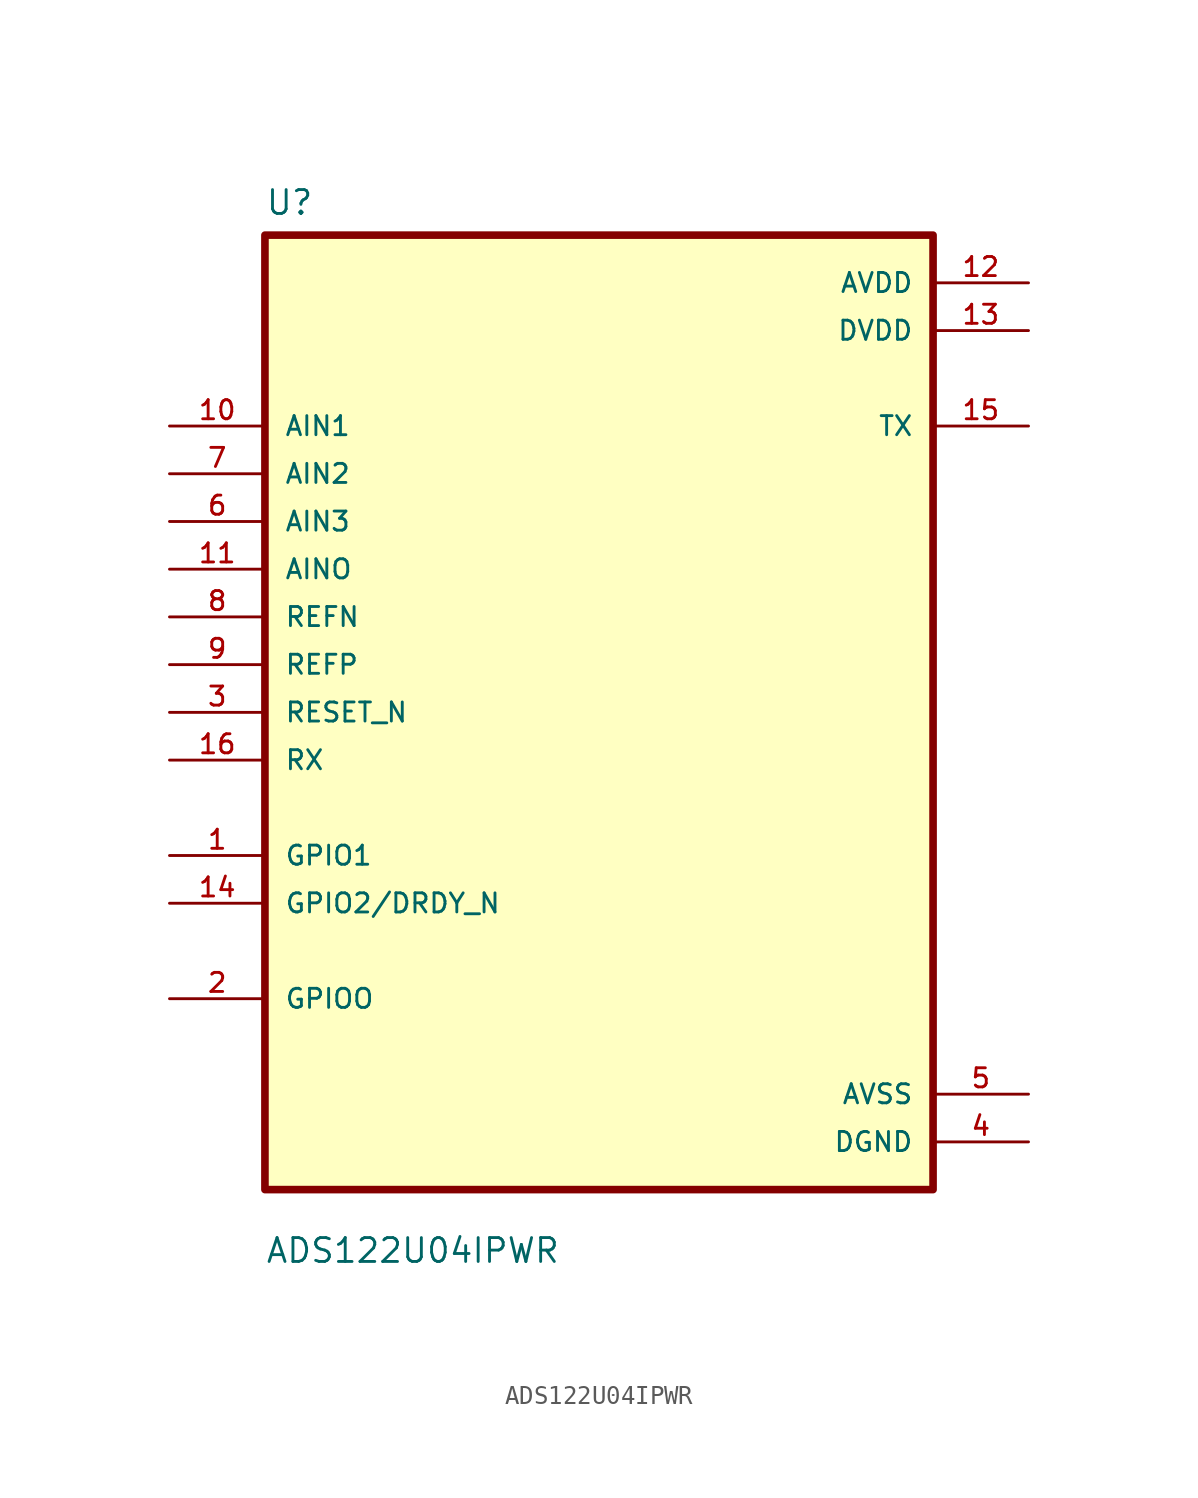
<source format=kicad_sym>
(kicad_symbol_lib
  (version 20211014)
  (generator kicad_symbol_editor)
  (symbol "ADS122U04IPWR"
    (pin_names
      (offset 1.016))
    (property "Reference" "U"
      (at -17.78 26.391 0)
      (effects (font (size 1.27 1.27)) (justify left bottom)))
    (property "Value" "ADS122U04IPWR"
      (at -17.78 -29.388 0)
      (effects (font (size 1.27 1.27)) (justify left bottom)))
    (symbol "ADS122U04IPWR_0_0"
      (rectangle (start -17.78 -25.4) (end 17.78 25.4) (stroke (width 0.406) (type default) (color 0 0 0 0)) (fill (type background)))
      (pin bidirectional line (at -22.86 -7.62 0) (length 5.08) (name "GPIO1" (effects (font (size 1.016 1.016)))) (number "1" (effects (font (size 1.016 1.016)))))
      (pin input line (at -22.86 15.24 0) (length 5.08) (name "AIN1" (effects (font (size 1.016 1.016)))) (number "10" (effects (font (size 1.016 1.016)))))
      (pin input line (at -22.86 7.62 0) (length 5.08) (name "AINO" (effects (font (size 1.016 1.016)))) (number "11" (effects (font (size 1.016 1.016)))))
      (pin power_in line (at 22.86 22.86 180) (length 5.08) (name "AVDD" (effects (font (size 1.016 1.016)))) (number "12" (effects (font (size 1.016 1.016)))))
      (pin power_in line (at 22.86 20.32 180) (length 5.08) (name "DVDD" (effects (font (size 1.016 1.016)))) (number "13" (effects (font (size 1.016 1.016)))))
      (pin bidirectional line (at -22.86 -10.16 0) (length 5.08) (name "GPIO2/DRDY_N" (effects (font (size 1.016 1.016)))) (number "14" (effects (font (size 1.016 1.016)))))
      (pin output line (at 22.86 15.24 180) (length 5.08) (name "TX" (effects (font (size 1.016 1.016)))) (number "15" (effects (font (size 1.016 1.016)))))
      (pin input line (at -22.86 -2.54 0) (length 5.08) (name "RX" (effects (font (size 1.016 1.016)))) (number "16" (effects (font (size 1.016 1.016)))))
      (pin bidirectional line (at -22.86 -15.24 0) (length 5.08) (name "GPIOO" (effects (font (size 1.016 1.016)))) (number "2" (effects (font (size 1.016 1.016)))))
      (pin input line (at -22.86 0 0) (length 5.08) (name "RESET_N" (effects (font (size 1.016 1.016)))) (number "3" (effects (font (size 1.016 1.016)))))
      (pin power_in line (at 22.86 -22.86 180) (length 5.08) (name "DGND" (effects (font (size 1.016 1.016)))) (number "4" (effects (font (size 1.016 1.016)))))
      (pin power_in line (at 22.86 -20.32 180) (length 5.08) (name "AVSS" (effects (font (size 1.016 1.016)))) (number "5" (effects (font (size 1.016 1.016)))))
      (pin input line (at -22.86 10.16 0) (length 5.08) (name "AIN3" (effects (font (size 1.016 1.016)))) (number "6" (effects (font (size 1.016 1.016)))))
      (pin input line (at -22.86 12.7 0) (length 5.08) (name "AIN2" (effects (font (size 1.016 1.016)))) (number "7" (effects (font (size 1.016 1.016)))))
      (pin input line (at -22.86 5.08 0) (length 5.08) (name "REFN" (effects (font (size 1.016 1.016)))) (number "8" (effects (font (size 1.016 1.016)))))
      (pin input line (at -22.86 2.54 0) (length 5.08) (name "REFP" (effects (font (size 1.016 1.016)))) (number "9" (effects (font (size 1.016 1.016))))))))
</source>
